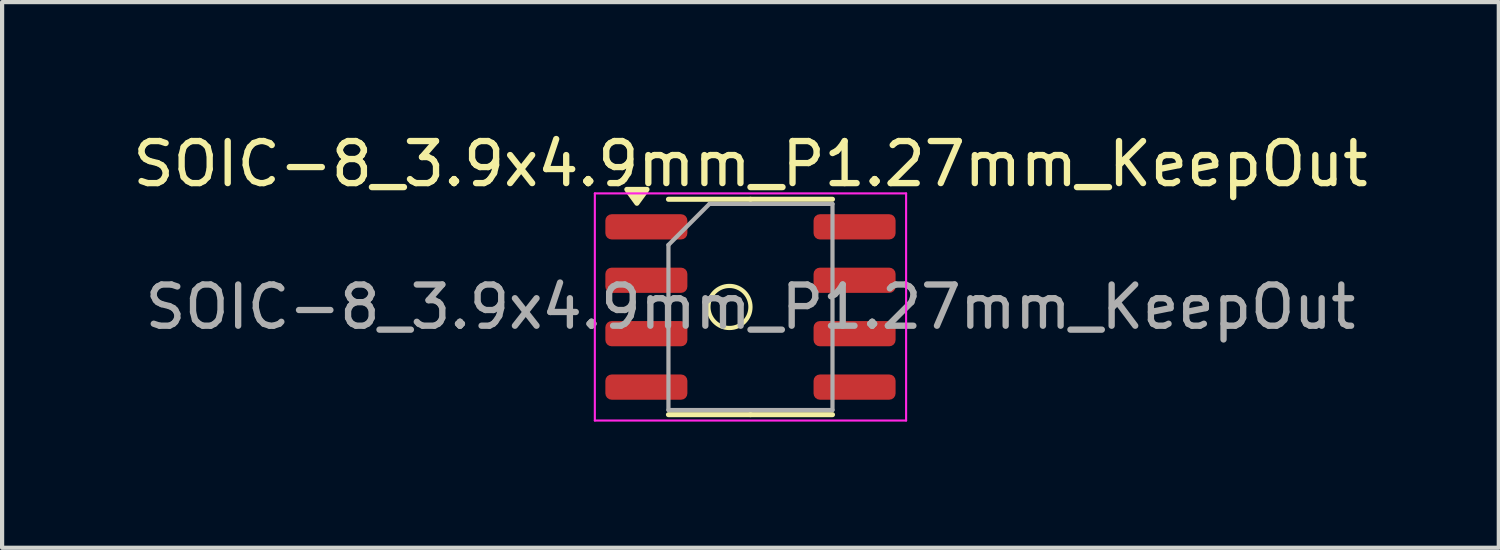
<source format=kicad_pcb>
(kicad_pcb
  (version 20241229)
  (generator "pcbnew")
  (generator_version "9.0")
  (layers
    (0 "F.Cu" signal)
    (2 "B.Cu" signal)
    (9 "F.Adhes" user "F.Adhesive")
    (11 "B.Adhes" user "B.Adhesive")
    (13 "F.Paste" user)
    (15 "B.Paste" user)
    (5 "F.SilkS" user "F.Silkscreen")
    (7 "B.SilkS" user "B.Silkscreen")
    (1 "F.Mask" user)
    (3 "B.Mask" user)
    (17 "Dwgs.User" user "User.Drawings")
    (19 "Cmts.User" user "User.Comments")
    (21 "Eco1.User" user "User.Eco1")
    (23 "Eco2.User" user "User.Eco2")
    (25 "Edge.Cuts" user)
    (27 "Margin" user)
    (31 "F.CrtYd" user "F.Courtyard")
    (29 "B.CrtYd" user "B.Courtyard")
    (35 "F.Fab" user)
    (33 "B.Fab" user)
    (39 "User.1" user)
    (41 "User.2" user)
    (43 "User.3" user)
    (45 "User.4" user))
  (footprint "SOIC-8_3.9x4.9mm_P1.27mm_KeepOut"
    (layer "F.Cu")
    (at 14.792 4.248)
    (property "Reference" "SOIC-8_3.9x4.9mm_P1.27mm_KeepOut" (at 0 -3.4 0) (layer "F.SilkS") (effects (font (size 1 1) (thickness 0.15))))
    (attr smd)
    (fp_line (start 0 -2.56) (end -1.95 -2.56) (stroke (width 0.12) (type solid)) (layer "F.SilkS"))
    (fp_line (start 0 -2.56) (end 1.95 -2.56) (stroke (width 0.12) (type solid)) (layer "F.SilkS"))
    (fp_line (start 0 2.56) (end -1.95 2.56) (stroke (width 0.12) (type solid)) (layer "F.SilkS"))
    (fp_line (start 0 2.56) (end 1.95 2.56) (stroke (width 0.12) (type solid)) (layer "F.SilkS"))
    (fp_circle (center -0.5 0) (end 0 0) (stroke (width 0.1) (type default)) (fill no) (layer "F.SilkS"))
    (fp_poly (pts (xy -2.7 -2.465) (xy -2.94 -2.795) (xy -2.46 -2.795) (xy -2.7 -2.465)) (stroke (width 0.12) (type solid)) (fill yes) (layer "F.SilkS"))
    (fp_line (start -3.7 -2.7) (end -3.7 2.7) (stroke (width 0.05) (type solid)) (layer "F.CrtYd"))
    (fp_line (start -3.7 2.7) (end 3.7 2.7) (stroke (width 0.05) (type solid)) (layer "F.CrtYd"))
    (fp_line (start 3.7 -2.7) (end -3.7 -2.7) (stroke (width 0.05) (type solid)) (layer "F.CrtYd"))
    (fp_line (start 3.7 2.7) (end 3.7 -2.7) (stroke (width 0.05) (type solid)) (layer "F.CrtYd"))
    (fp_line (start -1.95 -1.475) (end -0.975 -2.45) (stroke (width 0.1) (type solid)) (layer "F.Fab"))
    (fp_line (start -1.95 2.45) (end -1.95 -1.475) (stroke (width 0.1) (type solid)) (layer "F.Fab"))
    (fp_line (start -0.975 -2.45) (end 1.95 -2.45) (stroke (width 0.1) (type solid)) (layer "F.Fab"))
    (fp_line (start 1.95 -2.45) (end 1.95 2.45) (stroke (width 0.1) (type solid)) (layer "F.Fab"))
    (fp_line (start 1.95 2.45) (end -1.95 2.45) (stroke (width 0.1) (type solid)) (layer "F.Fab"))
    (fp_text user "${REFERENCE}" (at 0 0 0) (layer "F.Fab") (effects (font (size 0.98 0.98) (thickness 0.15))))
    (pad "1" smd roundrect (at -2.475 -1.905) (size 1.95 0.6) (layers "F.Cu" "F.Mask" "F.Paste") (roundrect_rratio 0.25))
    (pad "2" smd roundrect (at -2.475 -0.635) (size 1.95 0.6) (layers "F.Cu" "F.Mask" "F.Paste") (roundrect_rratio 0.25))
    (pad "3" smd roundrect (at -2.475 0.635) (size 1.95 0.6) (layers "F.Cu" "F.Mask" "F.Paste") (roundrect_rratio 0.25))
    (pad "4" smd roundrect (at -2.475 1.905) (size 1.95 0.6) (layers "F.Cu" "F.Mask" "F.Paste") (roundrect_rratio 0.25))
    (pad "5" smd roundrect (at 2.475 1.905) (size 1.95 0.6) (layers "F.Cu" "F.Mask" "F.Paste") (roundrect_rratio 0.25))
    (pad "6" smd roundrect (at 2.475 0.635) (size 1.95 0.6) (layers "F.Cu" "F.Mask" "F.Paste") (roundrect_rratio 0.25))
    (pad "7" smd roundrect (at 2.475 -0.635) (size 1.95 0.6) (layers "F.Cu" "F.Mask" "F.Paste") (roundrect_rratio 0.25))
    (pad "8" smd roundrect (at 2.475 -1.905) (size 1.95 0.6) (layers "F.Cu" "F.Mask" "F.Paste") (roundrect_rratio 0.25))
    (zone (net_name "") (layers "F.Cu" "B.Cu") (hatch edge 0.5) (connect_pads) (min_thickness 0.25) (filled_areas_thickness no) (keepout (tracks not_allowed) (vias not_allowed) (pads not_allowed) (copperpour allowed) (footprints allowed)) (placement (enabled no)) (fill) (polygon (pts (xy 13.522 6.788) (xy 13.522 1.708) (xy 16.062 1.708) (xy 16.062 6.788)))))
  (gr_rect
    (start -3 -3)
    (end 32.583 9.973)
    (stroke (width 0.1) (type default))
    (fill no)
    (layer "Edge.Cuts")))
</source>
